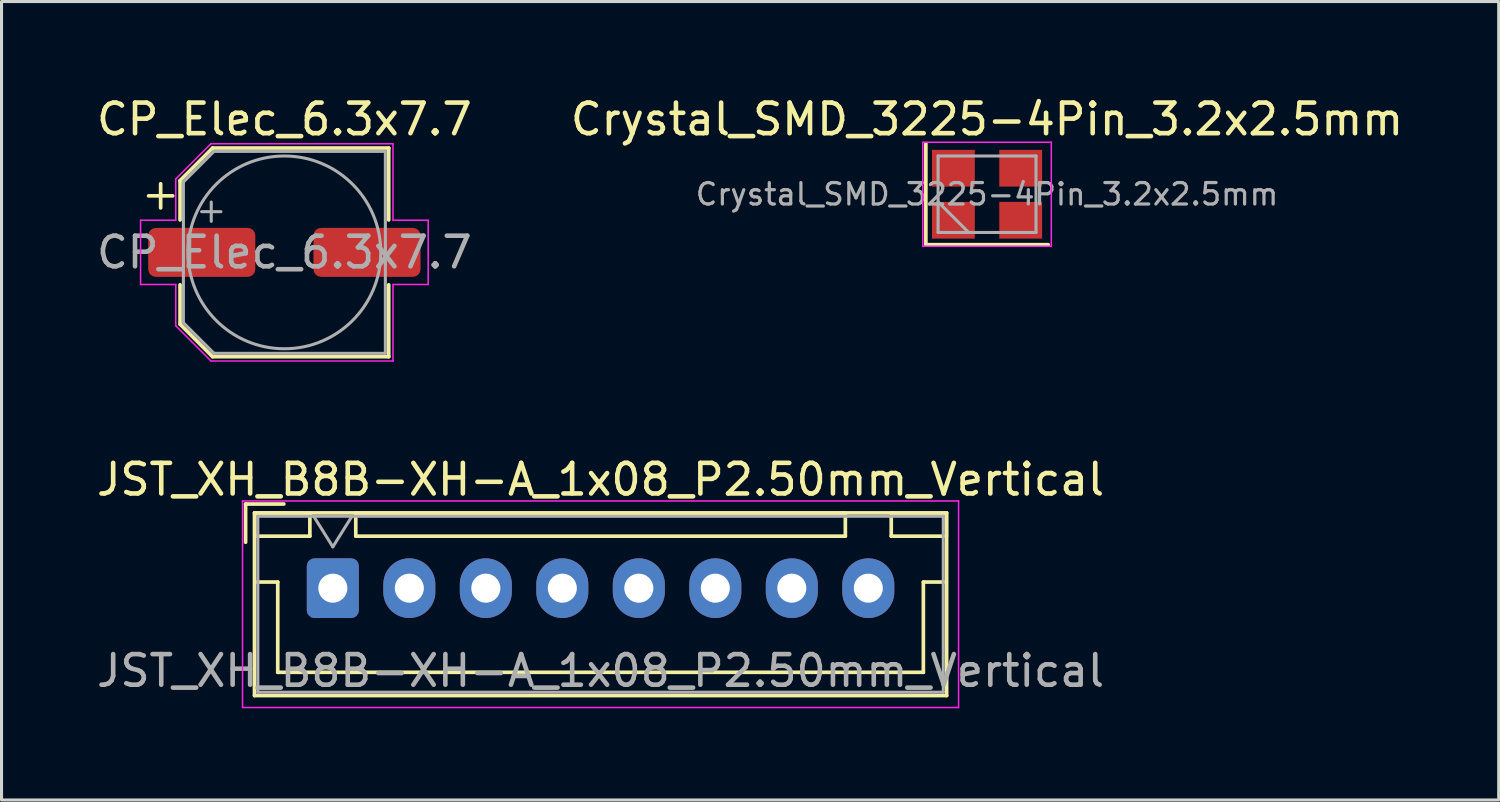
<source format=kicad_pcb>
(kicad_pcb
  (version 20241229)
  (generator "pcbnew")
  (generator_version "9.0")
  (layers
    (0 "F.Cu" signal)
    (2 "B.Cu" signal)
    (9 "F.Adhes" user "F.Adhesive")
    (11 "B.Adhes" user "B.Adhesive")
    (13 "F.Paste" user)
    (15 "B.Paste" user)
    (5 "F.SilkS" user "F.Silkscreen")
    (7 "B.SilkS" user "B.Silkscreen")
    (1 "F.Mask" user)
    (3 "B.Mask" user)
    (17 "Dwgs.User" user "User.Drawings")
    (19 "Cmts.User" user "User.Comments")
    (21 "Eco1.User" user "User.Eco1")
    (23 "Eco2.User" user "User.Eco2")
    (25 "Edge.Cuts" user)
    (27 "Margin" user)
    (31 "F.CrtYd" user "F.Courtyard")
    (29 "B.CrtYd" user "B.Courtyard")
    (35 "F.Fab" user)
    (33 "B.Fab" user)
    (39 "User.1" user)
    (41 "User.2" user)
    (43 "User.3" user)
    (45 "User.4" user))
  (footprint "JST_XH_B8B-XH-A_1x08_P2.50mm_Vertical"
    (layer "F.Cu")
    (at 7.827 16.172)
    (property "Reference" "JST_XH_B8B-XH-A_1x08_P2.50mm_Vertical" (at 8.75 -3.55 0) (layer "F.SilkS") (effects (font (size 1 1) (thickness 0.15))))
    (attr through_hole)
    (fp_line (start -2.85 -2.75) (end -2.85 -1.5) (stroke (width 0.12) (type solid)) (layer "F.SilkS"))
    (fp_line (start -2.56 -2.46) (end -2.56 3.51) (stroke (width 0.12) (type solid)) (layer "F.SilkS"))
    (fp_line (start -2.56 3.51) (end 20.06 3.51) (stroke (width 0.12) (type solid)) (layer "F.SilkS"))
    (fp_line (start -2.55 -2.45) (end -2.55 -1.7) (stroke (width 0.12) (type solid)) (layer "F.SilkS"))
    (fp_line (start -2.55 -1.7) (end -0.75 -1.7) (stroke (width 0.12) (type solid)) (layer "F.SilkS"))
    (fp_line (start -2.55 -0.2) (end -1.8 -0.2) (stroke (width 0.12) (type solid)) (layer "F.SilkS"))
    (fp_line (start -1.8 -0.2) (end -1.8 2.75) (stroke (width 0.12) (type solid)) (layer "F.SilkS"))
    (fp_line (start -1.8 2.75) (end 8.75 2.75) (stroke (width 0.12) (type solid)) (layer "F.SilkS"))
    (fp_line (start -1.6 -2.75) (end -2.85 -2.75) (stroke (width 0.12) (type solid)) (layer "F.SilkS"))
    (fp_line (start -0.75 -2.45) (end -2.55 -2.45) (stroke (width 0.12) (type solid)) (layer "F.SilkS"))
    (fp_line (start -0.75 -1.7) (end -0.75 -2.45) (stroke (width 0.12) (type solid)) (layer "F.SilkS"))
    (fp_line (start 0.75 -2.45) (end 0.75 -1.7) (stroke (width 0.12) (type solid)) (layer "F.SilkS"))
    (fp_line (start 0.75 -1.7) (end 16.75 -1.7) (stroke (width 0.12) (type solid)) (layer "F.SilkS"))
    (fp_line (start 16.75 -2.45) (end 0.75 -2.45) (stroke (width 0.12) (type solid)) (layer "F.SilkS"))
    (fp_line (start 16.75 -1.7) (end 16.75 -2.45) (stroke (width 0.12) (type solid)) (layer "F.SilkS"))
    (fp_line (start 18.25 -2.45) (end 18.25 -1.7) (stroke (width 0.12) (type solid)) (layer "F.SilkS"))
    (fp_line (start 18.25 -1.7) (end 20.05 -1.7) (stroke (width 0.12) (type solid)) (layer "F.SilkS"))
    (fp_line (start 19.3 -0.2) (end 19.3 2.75) (stroke (width 0.12) (type solid)) (layer "F.SilkS"))
    (fp_line (start 19.3 2.75) (end 8.75 2.75) (stroke (width 0.12) (type solid)) (layer "F.SilkS"))
    (fp_line (start 20.05 -2.45) (end 18.25 -2.45) (stroke (width 0.12) (type solid)) (layer "F.SilkS"))
    (fp_line (start 20.05 -1.7) (end 20.05 -2.45) (stroke (width 0.12) (type solid)) (layer "F.SilkS"))
    (fp_line (start 20.05 -0.2) (end 19.3 -0.2) (stroke (width 0.12) (type solid)) (layer "F.SilkS"))
    (fp_line (start 20.06 -2.46) (end -2.56 -2.46) (stroke (width 0.12) (type solid)) (layer "F.SilkS"))
    (fp_line (start 20.06 3.51) (end 20.06 -2.46) (stroke (width 0.12) (type solid)) (layer "F.SilkS"))
    (fp_line (start -2.95 -2.85) (end -2.95 3.9) (stroke (width 0.05) (type solid)) (layer "F.CrtYd"))
    (fp_line (start -2.95 3.9) (end 20.45 3.9) (stroke (width 0.05) (type solid)) (layer "F.CrtYd"))
    (fp_line (start 20.45 -2.85) (end -2.95 -2.85) (stroke (width 0.05) (type solid)) (layer "F.CrtYd"))
    (fp_line (start 20.45 3.9) (end 20.45 -2.85) (stroke (width 0.05) (type solid)) (layer "F.CrtYd"))
    (fp_line (start -2.45 -2.35) (end -2.45 3.4) (stroke (width 0.1) (type solid)) (layer "F.Fab"))
    (fp_line (start -2.45 3.4) (end 19.95 3.4) (stroke (width 0.1) (type solid)) (layer "F.Fab"))
    (fp_line (start -0.625 -2.35) (end 0 -1.35) (stroke (width 0.1) (type solid)) (layer "F.Fab"))
    (fp_line (start 0 -1.35) (end 0.625 -2.35) (stroke (width 0.1) (type solid)) (layer "F.Fab"))
    (fp_line (start 19.95 -2.35) (end -2.45 -2.35) (stroke (width 0.1) (type solid)) (layer "F.Fab"))
    (fp_line (start 19.95 3.4) (end 19.95 -2.35) (stroke (width 0.1) (type solid)) (layer "F.Fab"))
    (fp_text user "${REFERENCE}" (at 8.75 2.7 0) (layer "F.Fab") (effects (font (size 1 1) (thickness 0.15))))
    (pad "1" thru_hole roundrect (at 0 0) (size 1.7 1.95) (drill 0.95) (layers "*.Cu" "*.Mask") (roundrect_rratio 0.147))
    (pad "2" thru_hole oval (at 2.5 0) (size 1.7 1.95) (drill 0.95) (layers "*.Cu" "*.Mask"))
    (pad "3" thru_hole oval (at 5 0) (size 1.7 1.95) (drill 0.95) (layers "*.Cu" "*.Mask"))
    (pad "4" thru_hole oval (at 7.5 0) (size 1.7 1.95) (drill 0.95) (layers "*.Cu" "*.Mask"))
    (pad "5" thru_hole oval (at 10 0) (size 1.7 1.95) (drill 0.95) (layers "*.Cu" "*.Mask"))
    (pad "6" thru_hole oval (at 12.5 0) (size 1.7 1.95) (drill 0.95) (layers "*.Cu" "*.Mask"))
    (pad "7" thru_hole oval (at 15 0) (size 1.7 1.95) (drill 0.95) (layers "*.Cu" "*.Mask"))
    (pad "8" thru_hole oval (at 17.5 0) (size 1.7 1.95) (drill 0.95) (layers "*.Cu" "*.Mask")))
  (footprint "Crystal_SMD_3225-4Pin_3.2x2.5mm"
    (layer "F.Cu")
    (at 29.208 3.298)
    (property "Reference" "Crystal_SMD_3225-4Pin_3.2x2.5mm" (at 0 -2.45 0) (layer "F.SilkS") (effects (font (size 1 1) (thickness 0.15))))
    (attr smd)
    (fp_line (start -2 -1.65) (end -2 1.65) (stroke (width 0.12) (type solid)) (layer "F.SilkS"))
    (fp_line (start -2 1.65) (end 2 1.65) (stroke (width 0.12) (type solid)) (layer "F.SilkS"))
    (fp_line (start -2.1 -1.7) (end -2.1 1.7) (stroke (width 0.05) (type solid)) (layer "F.CrtYd"))
    (fp_line (start -2.1 1.7) (end 2.1 1.7) (stroke (width 0.05) (type solid)) (layer "F.CrtYd"))
    (fp_line (start 2.1 -1.7) (end -2.1 -1.7) (stroke (width 0.05) (type solid)) (layer "F.CrtYd"))
    (fp_line (start 2.1 1.7) (end 2.1 -1.7) (stroke (width 0.05) (type solid)) (layer "F.CrtYd"))
    (fp_line (start -1.6 -1.25) (end -1.6 1.25) (stroke (width 0.1) (type solid)) (layer "F.Fab"))
    (fp_line (start -1.6 0.25) (end -0.6 1.25) (stroke (width 0.1) (type solid)) (layer "F.Fab"))
    (fp_line (start -1.6 1.25) (end 1.6 1.25) (stroke (width 0.1) (type solid)) (layer "F.Fab"))
    (fp_line (start 1.6 -1.25) (end -1.6 -1.25) (stroke (width 0.1) (type solid)) (layer "F.Fab"))
    (fp_line (start 1.6 1.25) (end 1.6 -1.25) (stroke (width 0.1) (type solid)) (layer "F.Fab"))
    (fp_text user "${REFERENCE}" (at 0 0 0) (layer "F.Fab") (effects (font (size 0.7 0.7) (thickness 0.105))))
    (pad "1" smd rect (at -1.1 0.85) (size 1.4 1.2) (layers "F.Cu" "F.Mask" "F.Paste"))
    (pad "2" smd rect (at 1.1 0.85) (size 1.4 1.2) (layers "F.Cu" "F.Mask" "F.Paste"))
    (pad "3" smd rect (at 1.1 -0.85) (size 1.4 1.2) (layers "F.Cu" "F.Mask" "F.Paste"))
    (pad "4" smd rect (at -1.1 -0.85) (size 1.4 1.2) (layers "F.Cu" "F.Mask" "F.Paste")))
  (footprint "CP_Elec_6.3x7.7"
    (layer "F.Cu")
    (at 6.244 5.198)
    (property "Reference" "CP_Elec_6.3x7.7" (at 0 -4.35 0) (layer "F.SilkS") (effects (font (size 1 1) (thickness 0.15))))
    (attr smd)
    (fp_line (start -4.438 -1.847) (end -3.65 -1.847) (stroke (width 0.12) (type solid)) (layer "F.SilkS"))
    (fp_line (start -4.044 -2.241) (end -4.044 -1.454) (stroke (width 0.12) (type solid)) (layer "F.SilkS"))
    (fp_line (start -3.41 -2.346) (end -3.41 -1.06) (stroke (width 0.12) (type solid)) (layer "F.SilkS"))
    (fp_line (start -3.41 -2.346) (end -2.346 -3.41) (stroke (width 0.12) (type solid)) (layer "F.SilkS"))
    (fp_line (start -3.41 2.346) (end -3.41 1.06) (stroke (width 0.12) (type solid)) (layer "F.SilkS"))
    (fp_line (start -3.41 2.346) (end -2.346 3.41) (stroke (width 0.12) (type solid)) (layer "F.SilkS"))
    (fp_line (start -2.346 -3.41) (end 3.41 -3.41) (stroke (width 0.12) (type solid)) (layer "F.SilkS"))
    (fp_line (start -2.346 3.41) (end 3.41 3.41) (stroke (width 0.12) (type solid)) (layer "F.SilkS"))
    (fp_line (start 3.41 -3.41) (end 3.41 -1.06) (stroke (width 0.12) (type solid)) (layer "F.SilkS"))
    (fp_line (start 3.41 3.41) (end 3.41 1.06) (stroke (width 0.12) (type solid)) (layer "F.SilkS"))
    (fp_line (start -4.7 -1.05) (end -4.7 1.05) (stroke (width 0.05) (type solid)) (layer "F.CrtYd"))
    (fp_line (start -4.7 1.05) (end -3.55 1.05) (stroke (width 0.05) (type solid)) (layer "F.CrtYd"))
    (fp_line (start -3.55 -2.4) (end -3.55 -1.05) (stroke (width 0.05) (type solid)) (layer "F.CrtYd"))
    (fp_line (start -3.55 -2.4) (end -2.4 -3.55) (stroke (width 0.05) (type solid)) (layer "F.CrtYd"))
    (fp_line (start -3.55 -1.05) (end -4.7 -1.05) (stroke (width 0.05) (type solid)) (layer "F.CrtYd"))
    (fp_line (start -3.55 1.05) (end -3.55 2.4) (stroke (width 0.05) (type solid)) (layer "F.CrtYd"))
    (fp_line (start -3.55 2.4) (end -2.4 3.55) (stroke (width 0.05) (type solid)) (layer "F.CrtYd"))
    (fp_line (start -2.4 -3.55) (end 3.55 -3.55) (stroke (width 0.05) (type solid)) (layer "F.CrtYd"))
    (fp_line (start -2.4 3.55) (end 3.55 3.55) (stroke (width 0.05) (type solid)) (layer "F.CrtYd"))
    (fp_line (start 3.55 -3.55) (end 3.55 -1.05) (stroke (width 0.05) (type solid)) (layer "F.CrtYd"))
    (fp_line (start 3.55 -1.05) (end 4.7 -1.05) (stroke (width 0.05) (type solid)) (layer "F.CrtYd"))
    (fp_line (start 3.55 1.05) (end 3.55 3.55) (stroke (width 0.05) (type solid)) (layer "F.CrtYd"))
    (fp_line (start 4.7 -1.05) (end 4.7 1.05) (stroke (width 0.05) (type solid)) (layer "F.CrtYd"))
    (fp_line (start 4.7 1.05) (end 3.55 1.05) (stroke (width 0.05) (type solid)) (layer "F.CrtYd"))
    (fp_line (start -3.3 -2.3) (end -3.3 2.3) (stroke (width 0.1) (type solid)) (layer "F.Fab"))
    (fp_line (start -3.3 -2.3) (end -2.3 -3.3) (stroke (width 0.1) (type solid)) (layer "F.Fab"))
    (fp_line (start -3.3 2.3) (end -2.3 3.3) (stroke (width 0.1) (type solid)) (layer "F.Fab"))
    (fp_line (start -2.705 -1.33) (end -2.075 -1.33) (stroke (width 0.1) (type solid)) (layer "F.Fab"))
    (fp_line (start -2.39 -1.645) (end -2.39 -1.015) (stroke (width 0.1) (type solid)) (layer "F.Fab"))
    (fp_line (start -2.3 -3.3) (end 3.3 -3.3) (stroke (width 0.1) (type solid)) (layer "F.Fab"))
    (fp_line (start -2.3 3.3) (end 3.3 3.3) (stroke (width 0.1) (type solid)) (layer "F.Fab"))
    (fp_line (start 3.3 -3.3) (end 3.3 3.3) (stroke (width 0.1) (type solid)) (layer "F.Fab"))
    (fp_circle (center 0 0) (end 3.15 0) (stroke (width 0.1) (type solid)) (fill no) (layer "F.Fab"))
    (fp_text user "${REFERENCE}" (at 0 0 0) (layer "F.Fab") (effects (font (size 1 1) (thickness 0.15))))
    (pad "1" smd roundrect (at -2.7 0) (size 3.5 1.6) (layers "F.Cu" "F.Mask" "F.Paste") (roundrect_rratio 0.156))
    (pad "2" smd roundrect (at 2.7 0) (size 3.5 1.6) (layers "F.Cu" "F.Mask" "F.Paste") (roundrect_rratio 0.156)))
  (gr_rect
    (start -3 -3)
    (end 45.929 23.096)
    (stroke (width 0.1) (type default))
    (fill no)
    (layer "Edge.Cuts")))
</source>
